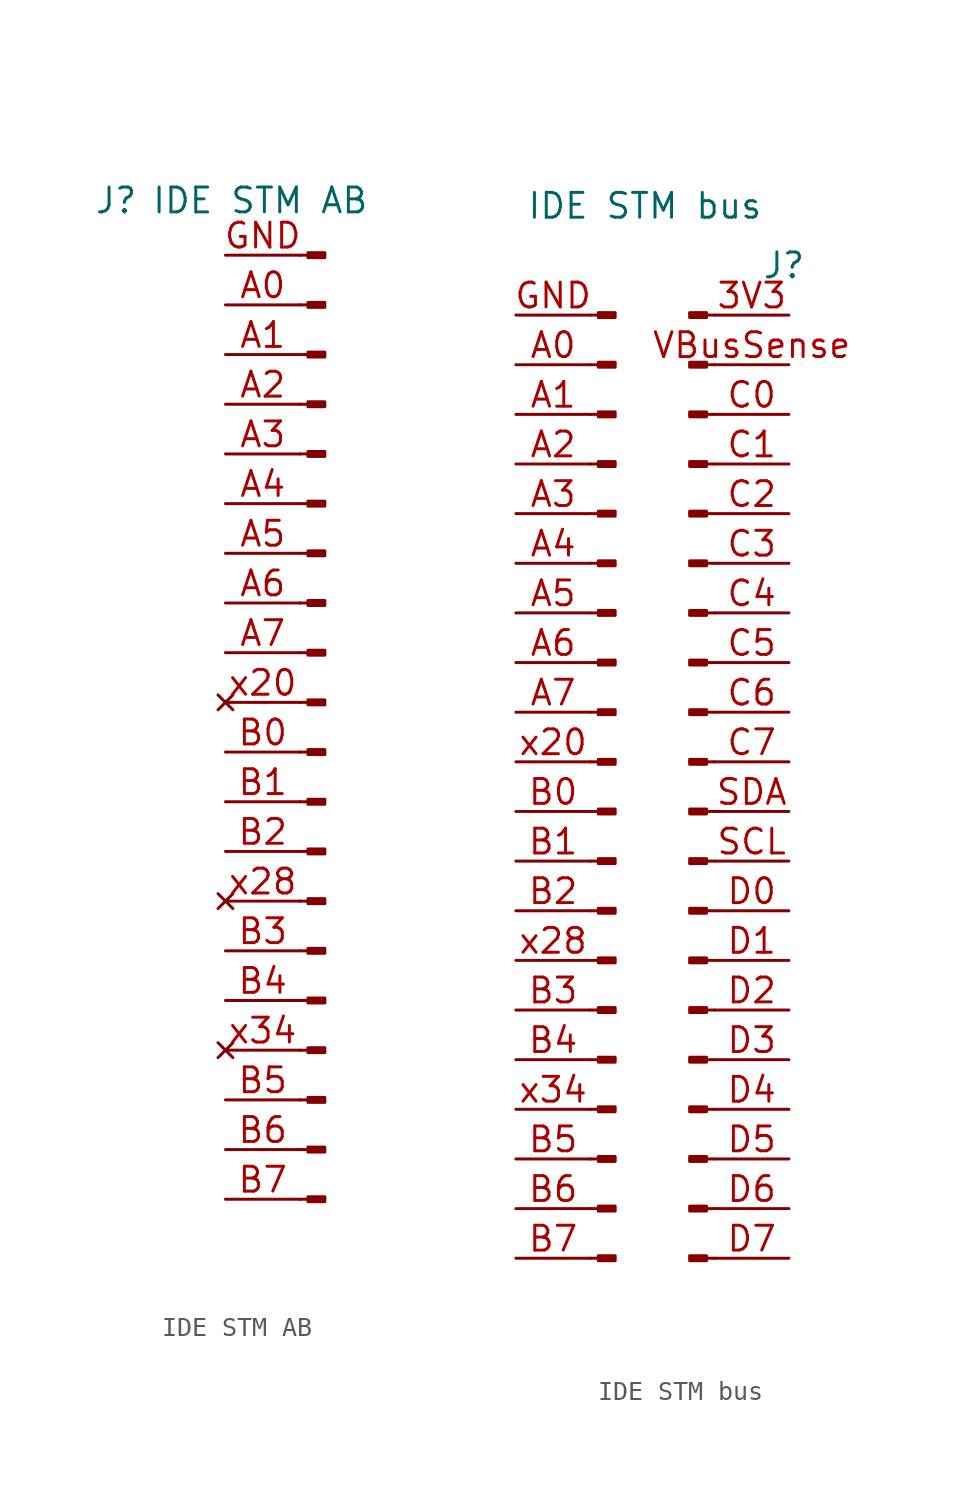
<source format=kicad_sym>
(kicad_symbol_lib
  (version 20231120)
  (generator "kicad_symbol_editor")
  (generator_version "8.0")
  (symbol "IDE STM AB"
    (pin_names
      (offset 1.016) hide)
    (property "Reference" "J"
      (at -5.588 2.794 0)
      (effects (font (size 1.27 1.27))))
    (property "Value" "IDE STM AB"
      (at 1.778 2.794 0)
      (effects (font (size 1.27 1.27))))
    (symbol "IDE STM AB_1_1"
      (polyline (pts (xy 3.81 -48.26) (xy 4.216 -48.26)) (stroke (width 0.152) (type default)) (fill (type none)))
      (polyline (pts (xy 3.81 -45.72) (xy 4.216 -45.72)) (stroke (width 0.152) (type default)) (fill (type none)))
      (polyline (pts (xy 3.81 -43.18) (xy 4.216 -43.18)) (stroke (width 0.152) (type default)) (fill (type none)))
      (polyline (pts (xy 3.81 -40.64) (xy 4.216 -40.64)) (stroke (width 0.152) (type default)) (fill (type none)))
      (polyline (pts (xy 3.81 -38.1) (xy 4.216 -38.1)) (stroke (width 0.152) (type default)) (fill (type none)))
      (polyline (pts (xy 3.81 -35.56) (xy 4.216 -35.56)) (stroke (width 0.152) (type default)) (fill (type none)))
      (polyline (pts (xy 3.81 -33.02) (xy 4.216 -33.02)) (stroke (width 0.152) (type default)) (fill (type none)))
      (polyline (pts (xy 3.81 -30.48) (xy 4.216 -30.48)) (stroke (width 0.152) (type default)) (fill (type none)))
      (polyline (pts (xy 3.81 -27.94) (xy 4.216 -27.94)) (stroke (width 0.152) (type default)) (fill (type none)))
      (polyline (pts (xy 3.81 -25.4) (xy 4.216 -25.4)) (stroke (width 0.152) (type default)) (fill (type none)))
      (polyline (pts (xy 3.81 -22.86) (xy 4.216 -22.86)) (stroke (width 0.152) (type default)) (fill (type none)))
      (polyline (pts (xy 3.81 -20.32) (xy 4.216 -20.32)) (stroke (width 0.152) (type default)) (fill (type none)))
      (polyline (pts (xy 3.81 -17.78) (xy 4.216 -17.78)) (stroke (width 0.152) (type default)) (fill (type none)))
      (polyline (pts (xy 3.81 -15.24) (xy 4.216 -15.24)) (stroke (width 0.152) (type default)) (fill (type none)))
      (polyline (pts (xy 3.81 -12.7) (xy 4.216 -12.7)) (stroke (width 0.152) (type default)) (fill (type none)))
      (polyline (pts (xy 3.81 -10.16) (xy 4.216 -10.16)) (stroke (width 0.152) (type default)) (fill (type none)))
      (polyline (pts (xy 3.81 -7.62) (xy 4.216 -7.62)) (stroke (width 0.152) (type default)) (fill (type none)))
      (polyline (pts (xy 3.81 -5.08) (xy 4.216 -5.08)) (stroke (width 0.152) (type default)) (fill (type none)))
      (polyline (pts (xy 3.81 -2.54) (xy 4.216 -2.54)) (stroke (width 0.152) (type default)) (fill (type none)))
      (polyline (pts (xy 3.81 0) (xy 4.216 0)) (stroke (width 0.152) (type default)) (fill (type none)))
      (rectangle (start 5.08 -48.387) (end 4.216 -48.133) (stroke (width 0.152) (type default)) (fill (type outline)))
      (rectangle (start 5.08 -45.847) (end 4.216 -45.593) (stroke (width 0.152) (type default)) (fill (type outline)))
      (rectangle (start 5.08 -43.307) (end 4.216 -43.053) (stroke (width 0.152) (type default)) (fill (type outline)))
      (rectangle (start 5.08 -40.767) (end 4.216 -40.513) (stroke (width 0.152) (type default)) (fill (type outline)))
      (rectangle (start 5.08 -38.227) (end 4.216 -37.973) (stroke (width 0.152) (type default)) (fill (type outline)))
      (rectangle (start 5.08 -35.687) (end 4.216 -35.433) (stroke (width 0.152) (type default)) (fill (type outline)))
      (rectangle (start 5.08 -33.147) (end 4.216 -32.893) (stroke (width 0.152) (type default)) (fill (type outline)))
      (rectangle (start 5.08 -30.607) (end 4.216 -30.353) (stroke (width 0.152) (type default)) (fill (type outline)))
      (rectangle (start 5.08 -28.067) (end 4.216 -27.813) (stroke (width 0.152) (type default)) (fill (type outline)))
      (rectangle (start 5.08 -25.273) (end 4.216 -25.527) (stroke (width 0.152) (type default)) (fill (type outline)))
      (rectangle (start 5.08 -22.987) (end 4.216 -22.733) (stroke (width 0.152) (type default)) (fill (type outline)))
      (rectangle (start 5.08 -20.447) (end 4.216 -20.193) (stroke (width 0.152) (type default)) (fill (type outline)))
      (rectangle (start 5.08 -17.907) (end 4.216 -17.653) (stroke (width 0.152) (type default)) (fill (type outline)))
      (rectangle (start 5.08 -15.367) (end 4.216 -15.113) (stroke (width 0.152) (type default)) (fill (type outline)))
      (rectangle (start 5.08 -12.827) (end 4.216 -12.573) (stroke (width 0.152) (type default)) (fill (type outline)))
      (rectangle (start 5.08 -10.287) (end 4.216 -10.033) (stroke (width 0.152) (type default)) (fill (type outline)))
      (rectangle (start 5.08 -7.747) (end 4.216 -7.493) (stroke (width 0.152) (type default)) (fill (type outline)))
      (rectangle (start 5.08 -5.207) (end 4.216 -4.953) (stroke (width 0.152) (type default)) (fill (type outline)))
      (rectangle (start 5.08 -2.667) (end 4.216 -2.413) (stroke (width 0.152) (type default)) (fill (type outline)))
      (rectangle (start 5.08 -0.127) (end 4.216 0.127) (stroke (width 0.152) (type default)) (fill (type outline)))
      (pin passive line (at 0 -2.54 0) (length 3.81) (name "IDE4_STM22" (effects (font (size 1.27 1.27)))) (number "A0" (effects (font (size 1.27 1.27)))))
      (pin passive line (at 0 -5.08 0) (length 3.81) (name "IDE6_STM21" (effects (font (size 1.27 1.27)))) (number "A1" (effects (font (size 1.27 1.27)))))
      (pin passive line (at 0 -7.62 0) (length 3.81) (name "IDE8_STM20" (effects (font (size 1.27 1.27)))) (number "A2" (effects (font (size 1.27 1.27)))))
      (pin passive line (at 0 -10.16 0) (length 3.81) (name "IDE10_STM19" (effects (font (size 1.27 1.27)))) (number "A3" (effects (font (size 1.27 1.27)))))
      (pin passive line (at 0 -12.7 0) (length 3.81) (name "IDE12_STM18" (effects (font (size 1.27 1.27)))) (number "A4" (effects (font (size 1.27 1.27)))))
      (pin passive line (at 0 -15.24 0) (length 3.81) (name "IDE14_STM17" (effects (font (size 1.27 1.27)))) (number "A5" (effects (font (size 1.27 1.27)))))
      (pin passive line (at 0 -17.78 0) (length 3.81) (name "IDE16_STM16" (effects (font (size 1.27 1.27)))) (number "A6" (effects (font (size 1.27 1.27)))))
      (pin passive line (at 0 -20.32 0) (length 3.81) (name "IDE18_STM15" (effects (font (size 1.27 1.27)))) (number "A7" (effects (font (size 1.27 1.27)))))
      (pin passive line (at 0 -25.4 0) (length 3.81) (name "IDE22_STM14" (effects (font (size 1.27 1.27)))) (number "B0" (effects (font (size 1.27 1.27)))))
      (pin passive line (at 0 -27.94 0) (length 3.81) (name "IDE24_STM13" (effects (font (size 1.27 1.27)))) (number "B1" (effects (font (size 1.27 1.27)))))
      (pin passive line (at 0 -30.48 0) (length 3.81) (name "IDE26_STM12" (effects (font (size 1.27 1.27)))) (number "B2" (effects (font (size 1.27 1.27)))))
      (pin passive line (at 0 -35.56 0) (length 3.81) (name "IDE30_STM11" (effects (font (size 1.27 1.27)))) (number "B3" (effects (font (size 1.27 1.27)))))
      (pin passive line (at 0 -38.1 0) (length 3.81) (name "IDE32_STM10" (effects (font (size 1.27 1.27)))) (number "B4" (effects (font (size 1.27 1.27)))))
      (pin passive line (at 0 -43.18 0) (length 3.81) (name "IDE36_STM4" (effects (font (size 1.27 1.27)))) (number "B5" (effects (font (size 1.27 1.27)))))
      (pin passive line (at 0 -45.72 0) (length 3.81) (name "IDE38_STM3" (effects (font (size 1.27 1.27)))) (number "B6" (effects (font (size 1.27 1.27)))))
      (pin passive line (at 0 -48.26 0) (length 3.81) (name "IDE40_STM2" (effects (font (size 1.27 1.27)))) (number "B7" (effects (font (size 1.27 1.27)))))
      (pin passive line (at 0 0 0) (length 3.81) (name "IDE2_STM24" (effects (font (size 1.27 1.27)))) (number "GND" (effects (font (size 1.27 1.27)))))
      (pin no_connect line (at 0 -22.86 0) (length 3.81) (name "20_mechanical_key" (effects (font (size 1.27 1.27)))) (number "x20" (effects (font (size 1.27 1.27)))))
      (pin no_connect line (at 0 -33.02 0) (length 3.81) (name "28_cable_select" (effects (font (size 1.27 1.27)))) (number "x28" (effects (font (size 1.27 1.27)))))
      (pin no_connect line (at 0 -40.64 0) (length 3.81) (name "34_blue_connector" (effects (font (size 1.27 1.27)))) (number "x34" (effects (font (size 1.27 1.27)))))))
  (symbol "IDE STM bus"
    (pin_names
      (offset 1.016) hide)
    (property "Reference" "J"
      (at -0.254 2.54 0)
      (effects (font (size 1.27 1.27))))
    (property "Value" "IDE STM bus"
      (at -7.366 5.588 0)
      (effects (font (size 1.27 1.27))))
    (symbol "IDE STM bus_1_1"
      (rectangle (start -8.89 -48.387) (end -9.754 -48.133) (stroke (width 0.152) (type default)) (fill (type outline)))
      (rectangle (start -8.89 -45.847) (end -9.754 -45.593) (stroke (width 0.152) (type default)) (fill (type outline)))
      (rectangle (start -8.89 -43.307) (end -9.754 -43.053) (stroke (width 0.152) (type default)) (fill (type outline)))
      (rectangle (start -8.89 -40.767) (end -9.754 -40.513) (stroke (width 0.152) (type default)) (fill (type outline)))
      (rectangle (start -8.89 -38.227) (end -9.754 -37.973) (stroke (width 0.152) (type default)) (fill (type outline)))
      (rectangle (start -8.89 -35.687) (end -9.754 -35.433) (stroke (width 0.152) (type default)) (fill (type outline)))
      (rectangle (start -8.89 -33.147) (end -9.754 -32.893) (stroke (width 0.152) (type default)) (fill (type outline)))
      (rectangle (start -8.89 -30.607) (end -9.754 -30.353) (stroke (width 0.152) (type default)) (fill (type outline)))
      (rectangle (start -8.89 -28.067) (end -9.754 -27.813) (stroke (width 0.152) (type default)) (fill (type outline)))
      (rectangle (start -8.89 -25.273) (end -9.754 -25.527) (stroke (width 0.152) (type default)) (fill (type outline)))
      (rectangle (start -8.89 -22.987) (end -9.754 -22.733) (stroke (width 0.152) (type default)) (fill (type outline)))
      (rectangle (start -8.89 -20.447) (end -9.754 -20.193) (stroke (width 0.152) (type default)) (fill (type outline)))
      (rectangle (start -8.89 -17.907) (end -9.754 -17.653) (stroke (width 0.152) (type default)) (fill (type outline)))
      (rectangle (start -8.89 -15.367) (end -9.754 -15.113) (stroke (width 0.152) (type default)) (fill (type outline)))
      (rectangle (start -8.89 -12.827) (end -9.754 -12.573) (stroke (width 0.152) (type default)) (fill (type outline)))
      (rectangle (start -8.89 -10.287) (end -9.754 -10.033) (stroke (width 0.152) (type default)) (fill (type outline)))
      (rectangle (start -8.89 -7.747) (end -9.754 -7.493) (stroke (width 0.152) (type default)) (fill (type outline)))
      (rectangle (start -8.89 -5.207) (end -9.754 -4.953) (stroke (width 0.152) (type default)) (fill (type outline)))
      (rectangle (start -8.89 -2.667) (end -9.754 -2.413) (stroke (width 0.152) (type default)) (fill (type outline)))
      (rectangle (start -8.89 -0.127) (end -9.754 0.127) (stroke (width 0.152) (type default)) (fill (type outline)))
      (rectangle (start -5.08 -48.133) (end -4.216 -48.387) (stroke (width 0.152) (type default)) (fill (type outline)))
      (rectangle (start -5.08 -45.593) (end -4.216 -45.847) (stroke (width 0.152) (type default)) (fill (type outline)))
      (rectangle (start -5.08 -43.053) (end -4.216 -43.307) (stroke (width 0.152) (type default)) (fill (type outline)))
      (rectangle (start -5.08 -40.513) (end -4.216 -40.767) (stroke (width 0.152) (type default)) (fill (type outline)))
      (rectangle (start -5.08 -37.973) (end -4.216 -38.227) (stroke (width 0.152) (type default)) (fill (type outline)))
      (rectangle (start -5.08 -35.433) (end -4.216 -35.687) (stroke (width 0.152) (type default)) (fill (type outline)))
      (rectangle (start -5.08 -32.893) (end -4.216 -33.147) (stroke (width 0.152) (type default)) (fill (type outline)))
      (rectangle (start -5.08 -30.353) (end -4.216 -30.607) (stroke (width 0.152) (type default)) (fill (type outline)))
      (rectangle (start -5.08 -27.813) (end -4.216 -28.067) (stroke (width 0.152) (type default)) (fill (type outline)))
      (rectangle (start -5.08 -25.273) (end -4.216 -25.527) (stroke (width 0.152) (type default)) (fill (type outline)))
      (rectangle (start -4.216 -22.733) (end -5.08 -22.987) (stroke (width 0.152) (type default)) (fill (type outline)))
      (rectangle (start -4.216 -20.193) (end -5.08 -20.447) (stroke (width 0.152) (type default)) (fill (type outline)))
      (rectangle (start -4.216 -17.653) (end -5.08 -17.907) (stroke (width 0.152) (type default)) (fill (type outline)))
      (rectangle (start -4.216 -15.113) (end -5.08 -15.367) (stroke (width 0.152) (type default)) (fill (type outline)))
      (rectangle (start -4.216 -12.573) (end -5.08 -12.827) (stroke (width 0.152) (type default)) (fill (type outline)))
      (rectangle (start -4.216 -10.033) (end -5.08 -10.287) (stroke (width 0.152) (type default)) (fill (type outline)))
      (rectangle (start -4.216 -7.493) (end -5.08 -7.747) (stroke (width 0.152) (type default)) (fill (type outline)))
      (rectangle (start -4.216 -4.953) (end -5.08 -5.207) (stroke (width 0.152) (type default)) (fill (type outline)))
      (rectangle (start -4.216 -2.413) (end -5.08 -2.667) (stroke (width 0.152) (type default)) (fill (type outline)))
      (rectangle (start -4.216 0.127) (end -5.08 -0.127) (stroke (width 0.152) (type default)) (fill (type outline)))
      (polyline (pts (xy -10.16 -48.26) (xy -9.754 -48.26)) (stroke (width 0.152) (type default)) (fill (type none)))
      (polyline (pts (xy -10.16 -45.72) (xy -9.754 -45.72)) (stroke (width 0.152) (type default)) (fill (type none)))
      (polyline (pts (xy -10.16 -43.18) (xy -9.754 -43.18)) (stroke (width 0.152) (type default)) (fill (type none)))
      (polyline (pts (xy -10.16 -40.64) (xy -9.754 -40.64)) (stroke (width 0.152) (type default)) (fill (type none)))
      (polyline (pts (xy -10.16 -38.1) (xy -9.754 -38.1)) (stroke (width 0.152) (type default)) (fill (type none)))
      (polyline (pts (xy -10.16 -35.56) (xy -9.754 -35.56)) (stroke (width 0.152) (type default)) (fill (type none)))
      (polyline (pts (xy -10.16 -33.02) (xy -9.754 -33.02)) (stroke (width 0.152) (type default)) (fill (type none)))
      (polyline (pts (xy -10.16 -30.48) (xy -9.754 -30.48)) (stroke (width 0.152) (type default)) (fill (type none)))
      (polyline (pts (xy -10.16 -27.94) (xy -9.754 -27.94)) (stroke (width 0.152) (type default)) (fill (type none)))
      (polyline (pts (xy -10.16 -25.4) (xy -9.754 -25.4)) (stroke (width 0.152) (type default)) (fill (type none)))
      (polyline (pts (xy -10.16 -22.86) (xy -9.754 -22.86)) (stroke (width 0.152) (type default)) (fill (type none)))
      (polyline (pts (xy -10.16 -20.32) (xy -9.754 -20.32)) (stroke (width 0.152) (type default)) (fill (type none)))
      (polyline (pts (xy -10.16 -17.78) (xy -9.754 -17.78)) (stroke (width 0.152) (type default)) (fill (type none)))
      (polyline (pts (xy -10.16 -15.24) (xy -9.754 -15.24)) (stroke (width 0.152) (type default)) (fill (type none)))
      (polyline (pts (xy -10.16 -12.7) (xy -9.754 -12.7)) (stroke (width 0.152) (type default)) (fill (type none)))
      (polyline (pts (xy -10.16 -10.16) (xy -9.754 -10.16)) (stroke (width 0.152) (type default)) (fill (type none)))
      (polyline (pts (xy -10.16 -7.62) (xy -9.754 -7.62)) (stroke (width 0.152) (type default)) (fill (type none)))
      (polyline (pts (xy -10.16 -5.08) (xy -9.754 -5.08)) (stroke (width 0.152) (type default)) (fill (type none)))
      (polyline (pts (xy -10.16 -2.54) (xy -9.754 -2.54)) (stroke (width 0.152) (type default)) (fill (type none)))
      (polyline (pts (xy -10.16 0) (xy -9.754 0)) (stroke (width 0.152) (type default)) (fill (type none)))
      (polyline (pts (xy -3.81 -48.26) (xy -4.216 -48.26)) (stroke (width 0.152) (type default)) (fill (type none)))
      (polyline (pts (xy -3.81 -45.72) (xy -4.216 -45.72)) (stroke (width 0.152) (type default)) (fill (type none)))
      (polyline (pts (xy -3.81 -43.18) (xy -4.216 -43.18)) (stroke (width 0.152) (type default)) (fill (type none)))
      (polyline (pts (xy -3.81 -40.64) (xy -4.216 -40.64)) (stroke (width 0.152) (type default)) (fill (type none)))
      (polyline (pts (xy -3.81 -38.1) (xy -4.216 -38.1)) (stroke (width 0.152) (type default)) (fill (type none)))
      (polyline (pts (xy -3.81 -35.56) (xy -4.216 -35.56)) (stroke (width 0.152) (type default)) (fill (type none)))
      (polyline (pts (xy -3.81 -33.02) (xy -4.216 -33.02)) (stroke (width 0.152) (type default)) (fill (type none)))
      (polyline (pts (xy -3.81 -30.48) (xy -4.216 -30.48)) (stroke (width 0.152) (type default)) (fill (type none)))
      (polyline (pts (xy -3.81 -27.94) (xy -4.216 -27.94)) (stroke (width 0.152) (type default)) (fill (type none)))
      (polyline (pts (xy -3.81 -25.4) (xy -4.216 -25.4)) (stroke (width 0.152) (type default)) (fill (type none)))
      (polyline (pts (xy -3.81 -22.86) (xy -4.216 -22.86)) (stroke (width 0.152) (type default)) (fill (type none)))
      (polyline (pts (xy -3.81 -20.32) (xy -4.216 -20.32)) (stroke (width 0.152) (type default)) (fill (type none)))
      (polyline (pts (xy -3.81 -17.78) (xy -4.216 -17.78)) (stroke (width 0.152) (type default)) (fill (type none)))
      (polyline (pts (xy -3.81 -15.24) (xy -4.216 -15.24)) (stroke (width 0.152) (type default)) (fill (type none)))
      (polyline (pts (xy -3.81 -12.7) (xy -4.216 -12.7)) (stroke (width 0.152) (type default)) (fill (type none)))
      (polyline (pts (xy -3.81 -10.16) (xy -4.216 -10.16)) (stroke (width 0.152) (type default)) (fill (type none)))
      (polyline (pts (xy -3.81 -7.62) (xy -4.216 -7.62)) (stroke (width 0.152) (type default)) (fill (type none)))
      (polyline (pts (xy -3.81 -5.08) (xy -4.216 -5.08)) (stroke (width 0.152) (type default)) (fill (type none)))
      (polyline (pts (xy -3.81 -2.54) (xy -4.216 -2.54)) (stroke (width 0.152) (type default)) (fill (type none)))
      (polyline (pts (xy -3.81 0) (xy -4.216 0)) (stroke (width 0.152) (type default)) (fill (type none)))
      (pin passive line (at 0 0 180) (length 3.81) (name "IDE1_STM23" (effects (font (size 1.27 1.27)))) (number "3V3" (effects (font (size 1.27 1.27)))))
      (pin passive line (at -13.97 -2.54 0) (length 3.81) (name "IDE4_STM22" (effects (font (size 1.27 1.27)))) (number "A0" (effects (font (size 1.27 1.27)))))
      (pin passive line (at -13.97 -5.08 0) (length 3.81) (name "IDE6_STM21" (effects (font (size 1.27 1.27)))) (number "A1" (effects (font (size 1.27 1.27)))))
      (pin passive line (at -13.97 -7.62 0) (length 3.81) (name "IDE8_STM20" (effects (font (size 1.27 1.27)))) (number "A2" (effects (font (size 1.27 1.27)))))
      (pin passive line (at -13.97 -10.16 0) (length 3.81) (name "IDE10_STM19" (effects (font (size 1.27 1.27)))) (number "A3" (effects (font (size 1.27 1.27)))))
      (pin passive line (at -13.97 -12.7 0) (length 3.81) (name "IDE12_STM18" (effects (font (size 1.27 1.27)))) (number "A4" (effects (font (size 1.27 1.27)))))
      (pin passive line (at -13.97 -15.24 0) (length 3.81) (name "IDE14_STM17" (effects (font (size 1.27 1.27)))) (number "A5" (effects (font (size 1.27 1.27)))))
      (pin passive line (at -13.97 -17.78 0) (length 3.81) (name "IDE16_STM16" (effects (font (size 1.27 1.27)))) (number "A6" (effects (font (size 1.27 1.27)))))
      (pin passive line (at -13.97 -20.32 0) (length 3.81) (name "IDE18_STM15" (effects (font (size 1.27 1.27)))) (number "A7" (effects (font (size 1.27 1.27)))))
      (pin passive line (at -13.97 -25.4 0) (length 3.81) (name "IDE22_STM14" (effects (font (size 1.27 1.27)))) (number "B0" (effects (font (size 1.27 1.27)))))
      (pin passive line (at -13.97 -27.94 0) (length 3.81) (name "IDE24_STM13" (effects (font (size 1.27 1.27)))) (number "B1" (effects (font (size 1.27 1.27)))))
      (pin passive line (at -13.97 -30.48 0) (length 3.81) (name "IDE26_STM12" (effects (font (size 1.27 1.27)))) (number "B2" (effects (font (size 1.27 1.27)))))
      (pin passive line (at -13.97 -35.56 0) (length 3.81) (name "IDE30_STM11" (effects (font (size 1.27 1.27)))) (number "B3" (effects (font (size 1.27 1.27)))))
      (pin passive line (at -13.97 -38.1 0) (length 3.81) (name "IDE32_STM10" (effects (font (size 1.27 1.27)))) (number "B4" (effects (font (size 1.27 1.27)))))
      (pin passive line (at -13.97 -43.18 0) (length 3.81) (name "IDE36_STM4" (effects (font (size 1.27 1.27)))) (number "B5" (effects (font (size 1.27 1.27)))))
      (pin passive line (at -13.97 -45.72 0) (length 3.81) (name "IDE38_STM3" (effects (font (size 1.27 1.27)))) (number "B6" (effects (font (size 1.27 1.27)))))
      (pin passive line (at -13.97 -48.26 0) (length 3.81) (name "IDE40_STM2" (effects (font (size 1.27 1.27)))) (number "B7" (effects (font (size 1.27 1.27)))))
      (pin passive line (at 0 -5.08 180) (length 3.81) (name "IDE5_STM25" (effects (font (size 1.27 1.27)))) (number "C0" (effects (font (size 1.27 1.27)))))
      (pin passive line (at 0 -7.62 180) (length 3.81) (name "IDE7_STM26" (effects (font (size 1.27 1.27)))) (number "C1" (effects (font (size 1.27 1.27)))))
      (pin passive line (at 0 -10.16 180) (length 3.81) (name "IDE9_STM27" (effects (font (size 1.27 1.27)))) (number "C2" (effects (font (size 1.27 1.27)))))
      (pin passive line (at 0 -12.7 180) (length 3.81) (name "IDE11_STM28" (effects (font (size 1.27 1.27)))) (number "C3" (effects (font (size 1.27 1.27)))))
      (pin passive line (at 0 -15.24 180) (length 3.81) (name "IDE13_STM29" (effects (font (size 1.27 1.27)))) (number "C4" (effects (font (size 1.27 1.27)))))
      (pin passive line (at 0 -17.78 180) (length 3.81) (name "IDE15_STM30" (effects (font (size 1.27 1.27)))) (number "C5" (effects (font (size 1.27 1.27)))))
      (pin passive line (at 0 -20.32 180) (length 3.81) (name "IDE17_STM31" (effects (font (size 1.27 1.27)))) (number "C6" (effects (font (size 1.27 1.27)))))
      (pin passive line (at 0 -22.86 180) (length 3.81) (name "IDE19_STM32" (effects (font (size 1.27 1.27)))) (number "C7" (effects (font (size 1.27 1.27)))))
      (pin passive line (at 0 -30.48 180) (length 3.81) (name "IDE35_STM42" (effects (font (size 1.27 1.27)))) (number "D0" (effects (font (size 1.27 1.27)))))
      (pin passive line (at 0 -33.02 180) (length 3.81) (name "IDE33_STM41" (effects (font (size 1.27 1.27)))) (number "D1" (effects (font (size 1.27 1.27)))))
      (pin passive line (at 0 -35.56 180) (length 3.81) (name "IDE31_STM40" (effects (font (size 1.27 1.27)))) (number "D2" (effects (font (size 1.27 1.27)))))
      (pin passive line (at 0 -38.1 180) (length 3.81) (name "IDE29_STM39" (effects (font (size 1.27 1.27)))) (number "D3" (effects (font (size 1.27 1.27)))))
      (pin passive line (at 0 -40.64 180) (length 3.81) (name "IDE27_STM38" (effects (font (size 1.27 1.27)))) (number "D4" (effects (font (size 1.27 1.27)))))
      (pin passive line (at 0 -43.18 180) (length 3.81) (name "IDE25_STM37" (effects (font (size 1.27 1.27)))) (number "D5" (effects (font (size 1.27 1.27)))))
      (pin passive line (at 0 -45.72 180) (length 3.81) (name "IDE23_STM34" (effects (font (size 1.27 1.27)))) (number "D6" (effects (font (size 1.27 1.27)))))
      (pin passive line (at 0 -48.26 180) (length 3.81) (name "IDE21_STM33" (effects (font (size 1.27 1.27)))) (number "D7" (effects (font (size 1.27 1.27)))))
      (pin passive line (at -13.97 0 0) (length 3.81) (name "IDE2_STM24" (effects (font (size 1.27 1.27)))) (number "GND" (effects (font (size 1.27 1.27)))))
      (pin passive line (at 0 -27.94 180) (length 3.81) (name "IDE37_STM46" (effects (font (size 1.27 1.27)))) (number "SCL" (effects (font (size 1.27 1.27)))))
      (pin passive line (at 0 -25.4 180) (length 3.81) (name "IDE39_STM45" (effects (font (size 1.27 1.27)))) (number "SDA" (effects (font (size 1.27 1.27)))))
      (pin passive line (at 0 -2.54 180) (length 3.81) (name "IDE3_STM43" (effects (font (size 1.27 1.27)))) (number "VBusSense" (effects (font (size 1.27 1.27)))))
      (pin passive line (at -13.97 -22.86 0) (length 3.81) (name "20_mechanical_key" (effects (font (size 1.27 1.27)))) (number "x20" (effects (font (size 1.27 1.27)))))
      (pin passive line (at -13.97 -33.02 0) (length 3.81) (name "28_cable_select" (effects (font (size 1.27 1.27)))) (number "x28" (effects (font (size 1.27 1.27)))))
      (pin passive line (at -13.97 -40.64 0) (length 3.81) (name "34_blue_connector" (effects (font (size 1.27 1.27)))) (number "x34" (effects (font (size 1.27 1.27))))))))
</source>
